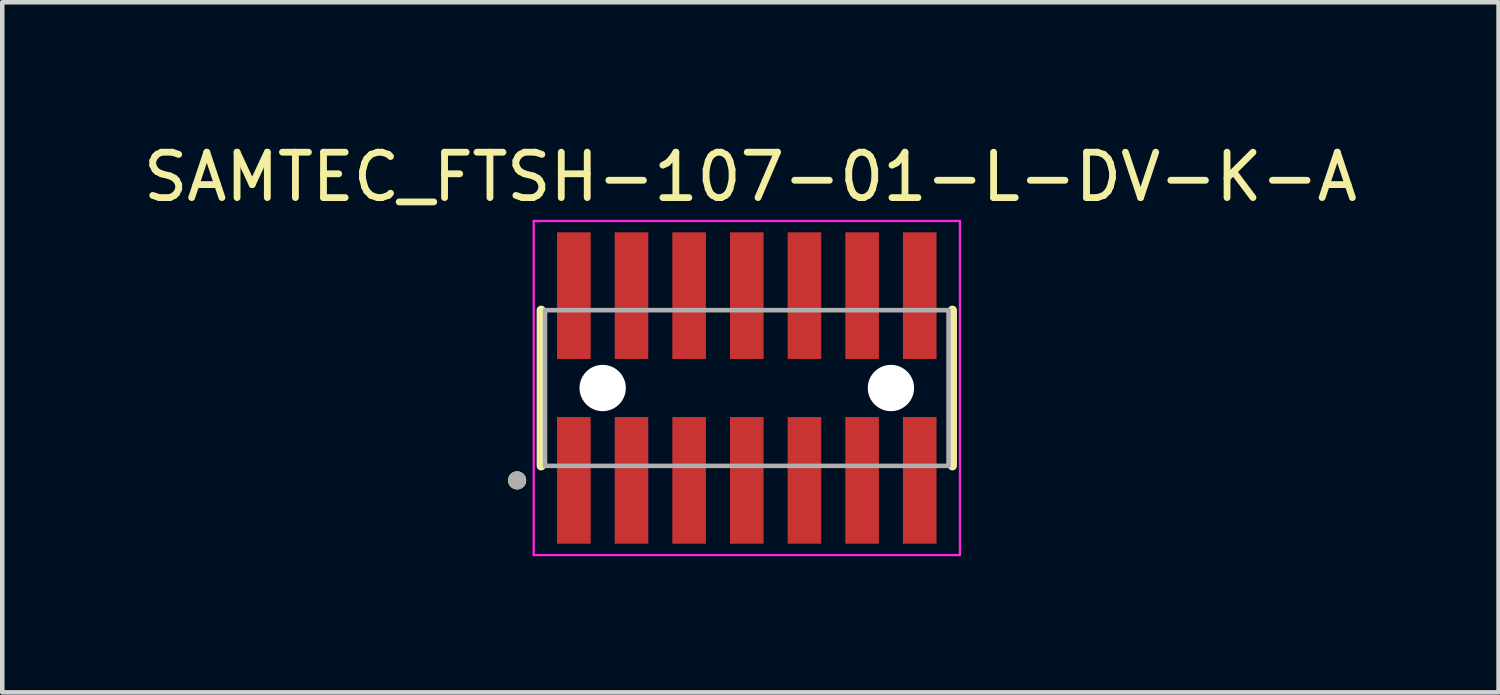
<source format=kicad_pcb>
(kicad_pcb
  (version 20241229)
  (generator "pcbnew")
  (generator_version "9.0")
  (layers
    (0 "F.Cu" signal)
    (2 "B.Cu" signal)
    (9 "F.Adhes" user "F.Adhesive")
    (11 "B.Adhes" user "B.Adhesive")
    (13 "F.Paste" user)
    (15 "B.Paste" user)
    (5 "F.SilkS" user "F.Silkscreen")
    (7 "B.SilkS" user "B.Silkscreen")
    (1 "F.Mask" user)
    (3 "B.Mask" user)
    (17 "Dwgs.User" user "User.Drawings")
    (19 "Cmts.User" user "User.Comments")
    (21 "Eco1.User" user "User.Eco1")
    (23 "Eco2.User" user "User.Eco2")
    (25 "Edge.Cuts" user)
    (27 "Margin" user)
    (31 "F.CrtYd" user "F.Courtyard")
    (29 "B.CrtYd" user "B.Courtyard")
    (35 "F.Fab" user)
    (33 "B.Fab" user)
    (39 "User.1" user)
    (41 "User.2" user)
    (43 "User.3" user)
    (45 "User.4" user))
  (footprint "SAMTEC_FTSH-107-01-L-DV-K-A"
    (layer "F.Cu")
    (at 13.402 5.498)
    (property "Reference" "SAMTEC_FTSH-107-01-L-DV-K-A" (at 0.08 -4.65 0) (layer "F.SilkS") (effects (font (size 1 1) (thickness 0.15))))
    (attr through_hole)
    (fp_circle (center -3.175 0) (end -2.614 0) (stroke (width 0.1) (type solid)) (fill no) (layer "B.Mask"))
    (fp_circle (center 3.175 0) (end 3.736 0) (stroke (width 0.1) (type solid)) (fill no) (layer "B.Mask"))
    (fp_line (start -4.53 -1.715) (end -4.53 1.715) (stroke (width 0.2) (type solid)) (layer "F.SilkS"))
    (fp_line (start 4.53 1.715) (end 4.53 -1.715) (stroke (width 0.2) (type solid)) (layer "F.SilkS"))
    (fp_circle (center -5.06 2.035) (end -4.96 2.035) (stroke (width 0.2) (type solid)) (fill no) (layer "F.SilkS"))
    (fp_poly (pts (xy -1.64 -3.427) (xy -0.9 -3.427) (xy -0.9 -0.637) (xy -1.64 -0.637)) (stroke (width 0.01) (type solid)) (fill yes) (layer "F.Paste"))
    (fp_poly (pts (xy -1.64 0.637) (xy -0.9 0.637) (xy -0.9 3.427) (xy -1.64 3.427)) (stroke (width 0.01) (type solid)) (fill yes) (layer "F.Paste"))
    (fp_poly (pts (xy -0.37 -3.427) (xy 0.37 -3.427) (xy 0.37 -0.637) (xy -0.37 -0.637)) (stroke (width 0.01) (type solid)) (fill yes) (layer "F.Paste"))
    (fp_poly (pts (xy -0.37 0.637) (xy 0.37 0.637) (xy 0.37 3.427) (xy -0.37 3.427)) (stroke (width 0.01) (type solid)) (fill yes) (layer "F.Paste"))
    (fp_poly (pts (xy 0.9 -3.427) (xy 1.64 -3.427) (xy 1.64 -0.637) (xy 0.9 -0.637)) (stroke (width 0.01) (type solid)) (fill yes) (layer "F.Paste"))
    (fp_poly (pts (xy 0.9 0.637) (xy 1.64 0.637) (xy 1.64 3.427) (xy 0.9 3.427)) (stroke (width 0.01) (type solid)) (fill yes) (layer "F.Paste"))
    (fp_poly (pts (xy 2.17 -3.427) (xy 2.91 -3.427) (xy 2.91 -0.637) (xy 2.17 -0.637)) (stroke (width 0.01) (type solid)) (fill yes) (layer "F.Paste"))
    (fp_poly (pts (xy 2.17 0.637) (xy 2.91 0.637) (xy 2.91 3.427) (xy 2.17 3.427)) (stroke (width 0.01) (type solid)) (fill yes) (layer "F.Paste"))
    (fp_poly (pts (xy 3.44 -3.427) (xy 4.18 -3.427) (xy 4.18 -0.637) (xy 3.44 -0.637)) (stroke (width 0.01) (type solid)) (fill yes) (layer "F.Paste"))
    (fp_poly (pts (xy 3.44 0.637) (xy 4.18 0.637) (xy 4.18 3.427) (xy 3.44 3.427)) (stroke (width 0.01) (type solid)) (fill yes) (layer "F.Paste"))
    (fp_line (start -4.695 -3.68) (end 4.695 -3.68) (stroke (width 0.05) (type solid)) (layer "F.CrtYd"))
    (fp_line (start -4.695 3.68) (end -4.695 -3.68) (stroke (width 0.05) (type solid)) (layer "F.CrtYd"))
    (fp_line (start 4.695 -3.68) (end 4.695 3.68) (stroke (width 0.05) (type solid)) (layer "F.CrtYd"))
    (fp_line (start 4.695 3.68) (end -4.695 3.68) (stroke (width 0.05) (type solid)) (layer "F.CrtYd"))
    (fp_line (start -4.445 1.715) (end -4.445 -1.715) (stroke (width 0.1) (type solid)) (layer "F.Fab"))
    (fp_line (start -4.445 1.715) (end 4.445 1.715) (stroke (width 0.1) (type solid)) (layer "F.Fab"))
    (fp_line (start 4.445 -1.715) (end -4.445 -1.715) (stroke (width 0.1) (type solid)) (layer "F.Fab"))
    (fp_line (start 4.445 1.715) (end 4.445 -1.715) (stroke (width 0.1) (type solid)) (layer "F.Fab"))
    (fp_circle (center -5.06 2.035) (end -4.96 2.035) (stroke (width 0.2) (type solid)) (fill no) (layer "F.Fab"))
    (pad "" np_thru_hole circle (at -3.175 0) (size 1.02 1.02) (drill 1.02) (layers "*.Cu" "*.Mask"))
    (pad "" np_thru_hole circle (at 3.175 0) (size 1.02 1.02) (drill 1.02) (layers "*.Cu" "*.Mask"))
    (pad "01" smd rect (at -3.81 2.035) (size 0.74 2.79) (layers "F.Cu" "F.Mask" "F.Paste"))
    (pad "02" smd rect (at -3.81 -2.035) (size 0.74 2.79) (layers "F.Cu" "F.Mask" "F.Paste"))
    (pad "03" smd rect (at -2.54 2.035) (size 0.74 2.79) (layers "F.Cu" "F.Mask" "F.Paste"))
    (pad "04" smd rect (at -2.54 -2.035) (size 0.74 2.79) (layers "F.Cu" "F.Mask" "F.Paste"))
    (pad "05" smd rect (at -1.27 2.035) (size 0.74 2.79) (layers "F.Cu" "F.Mask" "F.Paste"))
    (pad "06" smd rect (at -1.27 -2.035) (size 0.74 2.79) (layers "F.Cu" "F.Mask" "F.Paste"))
    (pad "07" smd rect (at 0 2.035) (size 0.74 2.79) (layers "F.Cu" "F.Mask" "F.Paste"))
    (pad "08" smd rect (at 0 -2.035) (size 0.74 2.79) (layers "F.Cu" "F.Mask" "F.Paste"))
    (pad "09" smd rect (at 1.27 2.035) (size 0.74 2.79) (layers "F.Cu" "F.Mask" "F.Paste"))
    (pad "10" smd rect (at 1.27 -2.035) (size 0.74 2.79) (layers "F.Cu" "F.Mask" "F.Paste"))
    (pad "11" smd rect (at 2.54 2.035) (size 0.74 2.79) (layers "F.Cu" "F.Mask" "F.Paste"))
    (pad "12" smd rect (at 2.54 -2.035) (size 0.74 2.79) (layers "F.Cu" "F.Mask" "F.Paste"))
    (pad "13" smd rect (at 3.81 2.035) (size 0.74 2.79) (layers "F.Cu" "F.Mask" "F.Paste"))
    (pad "14" smd rect (at 3.81 -2.035) (size 0.74 2.79) (layers "F.Cu" "F.Mask" "F.Paste")))
  (gr_rect
    (start -3 -3)
    (end 29.964 12.203)
    (stroke (width 0.1) (type default))
    (fill no)
    (layer "Edge.Cuts")))
</source>
